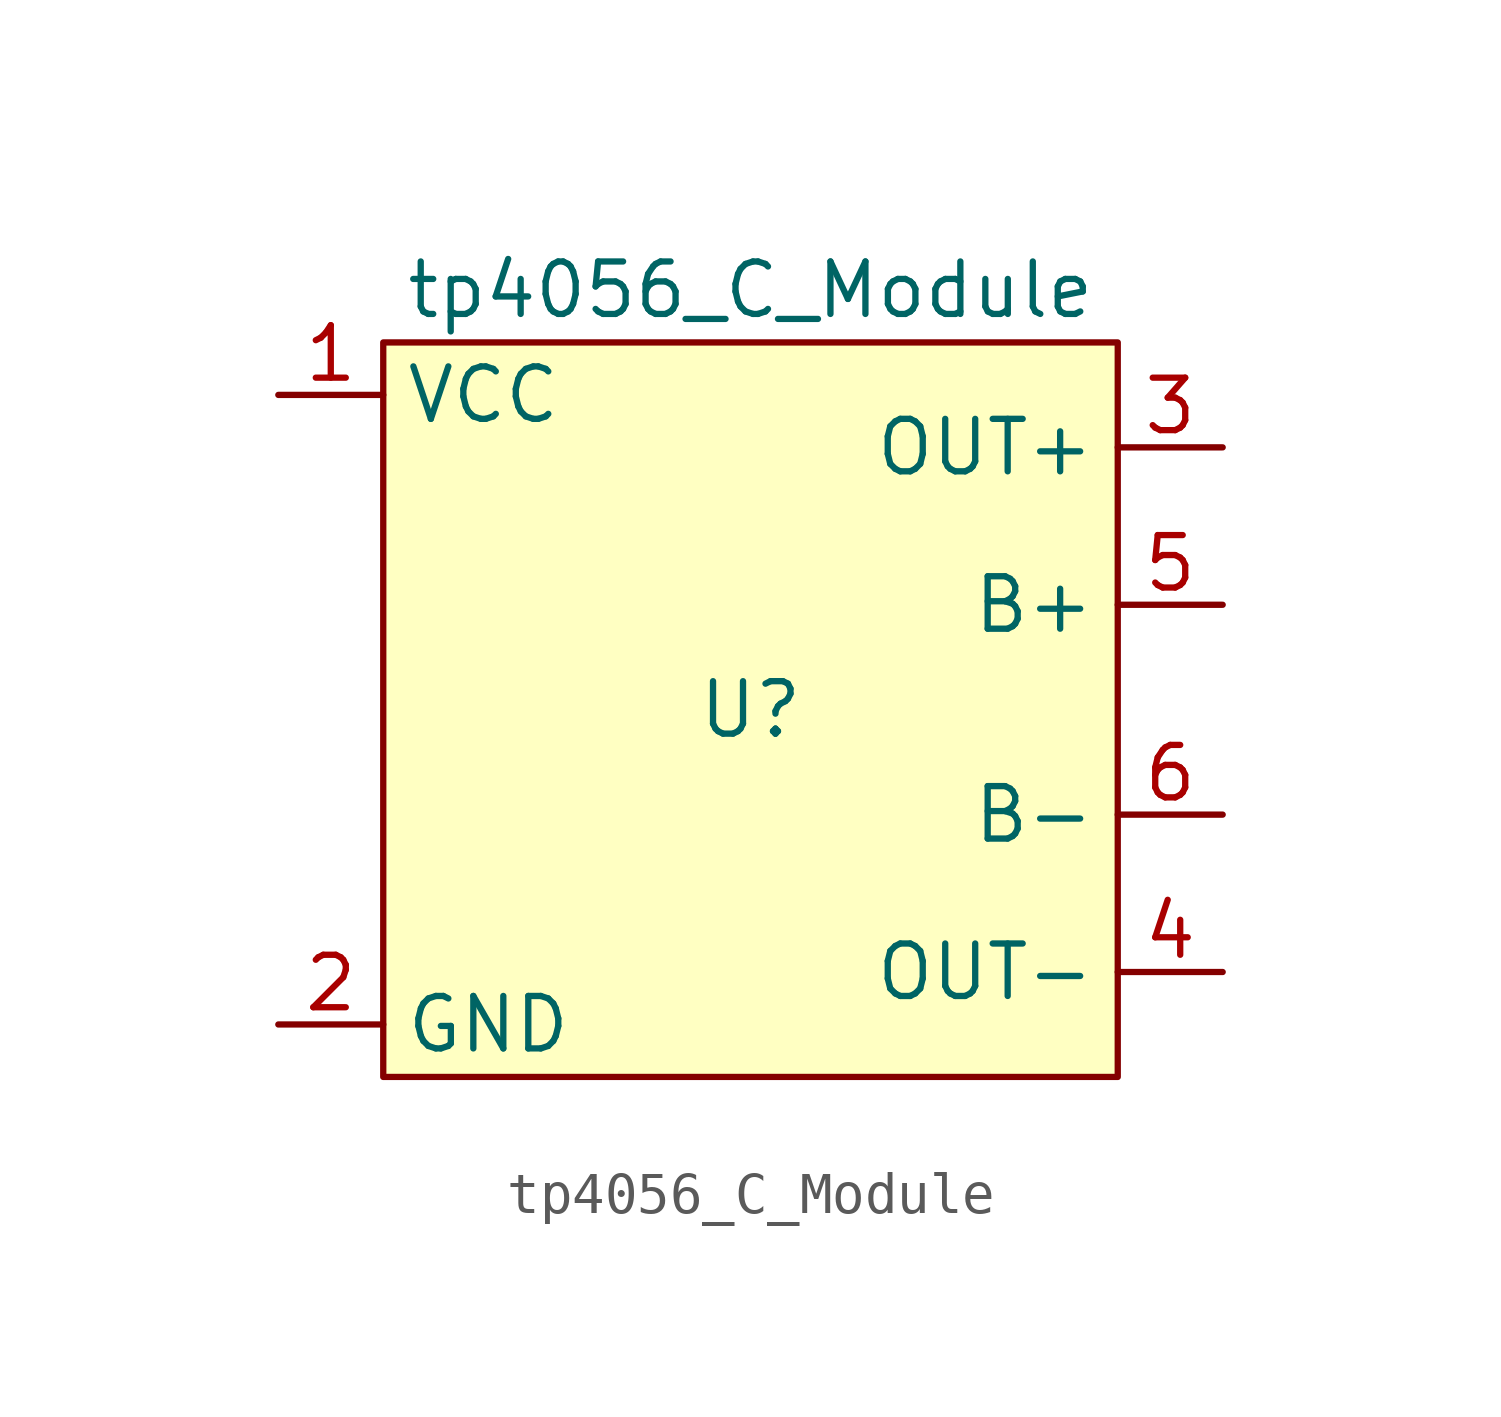
<source format=kicad_sym>
(kicad_symbol_lib
  (version 20211014)
  (generator kicad_symbol_editor)
  (symbol "tp4056_C_Module"
    (property "Reference" "U"
      (at 0 0 0)
      (effects (font (size 1.27 1.27))))
    (property "Value" "tp4056_C_Module"
      (at 0 10.16 0)
      (effects (font (size 1.27 1.27))))
    (symbol "tp4056_C_Module_0_1"
      (rectangle (start -8.89 8.89) (end 8.89 -8.89) (stroke (width 0) (type default) (color 0 0 0 0)) (fill (type background))))
    (symbol "tp4056_C_Module_1_1"
      (pin power_in line (at -11.43 7.62 0) (length 2.54) (name "VCC" (effects (font (size 1.27 1.27)))) (number "1" (effects (font (size 1.27 1.27)))))
      (pin power_in line (at -11.43 -7.62 0) (length 2.54) (name "GND" (effects (font (size 1.27 1.27)))) (number "2" (effects (font (size 1.27 1.27)))))
      (pin power_out line (at 11.43 6.35 180) (length 2.54) (name "OUT+" (effects (font (size 1.27 1.27)))) (number "3" (effects (font (size 1.27 1.27)))))
      (pin passive line (at 11.43 -6.35 180) (length 2.54) (name "OUT-" (effects (font (size 1.27 1.27)))) (number "4" (effects (font (size 1.27 1.27)))))
      (pin passive line (at 11.43 2.54 180) (length 2.54) (name "B+" (effects (font (size 1.27 1.27)))) (number "5" (effects (font (size 1.27 1.27)))))
      (pin passive line (at 11.43 -2.54 180) (length 2.54) (name "B-" (effects (font (size 1.27 1.27)))) (number "6" (effects (font (size 1.27 1.27))))))))
</source>
